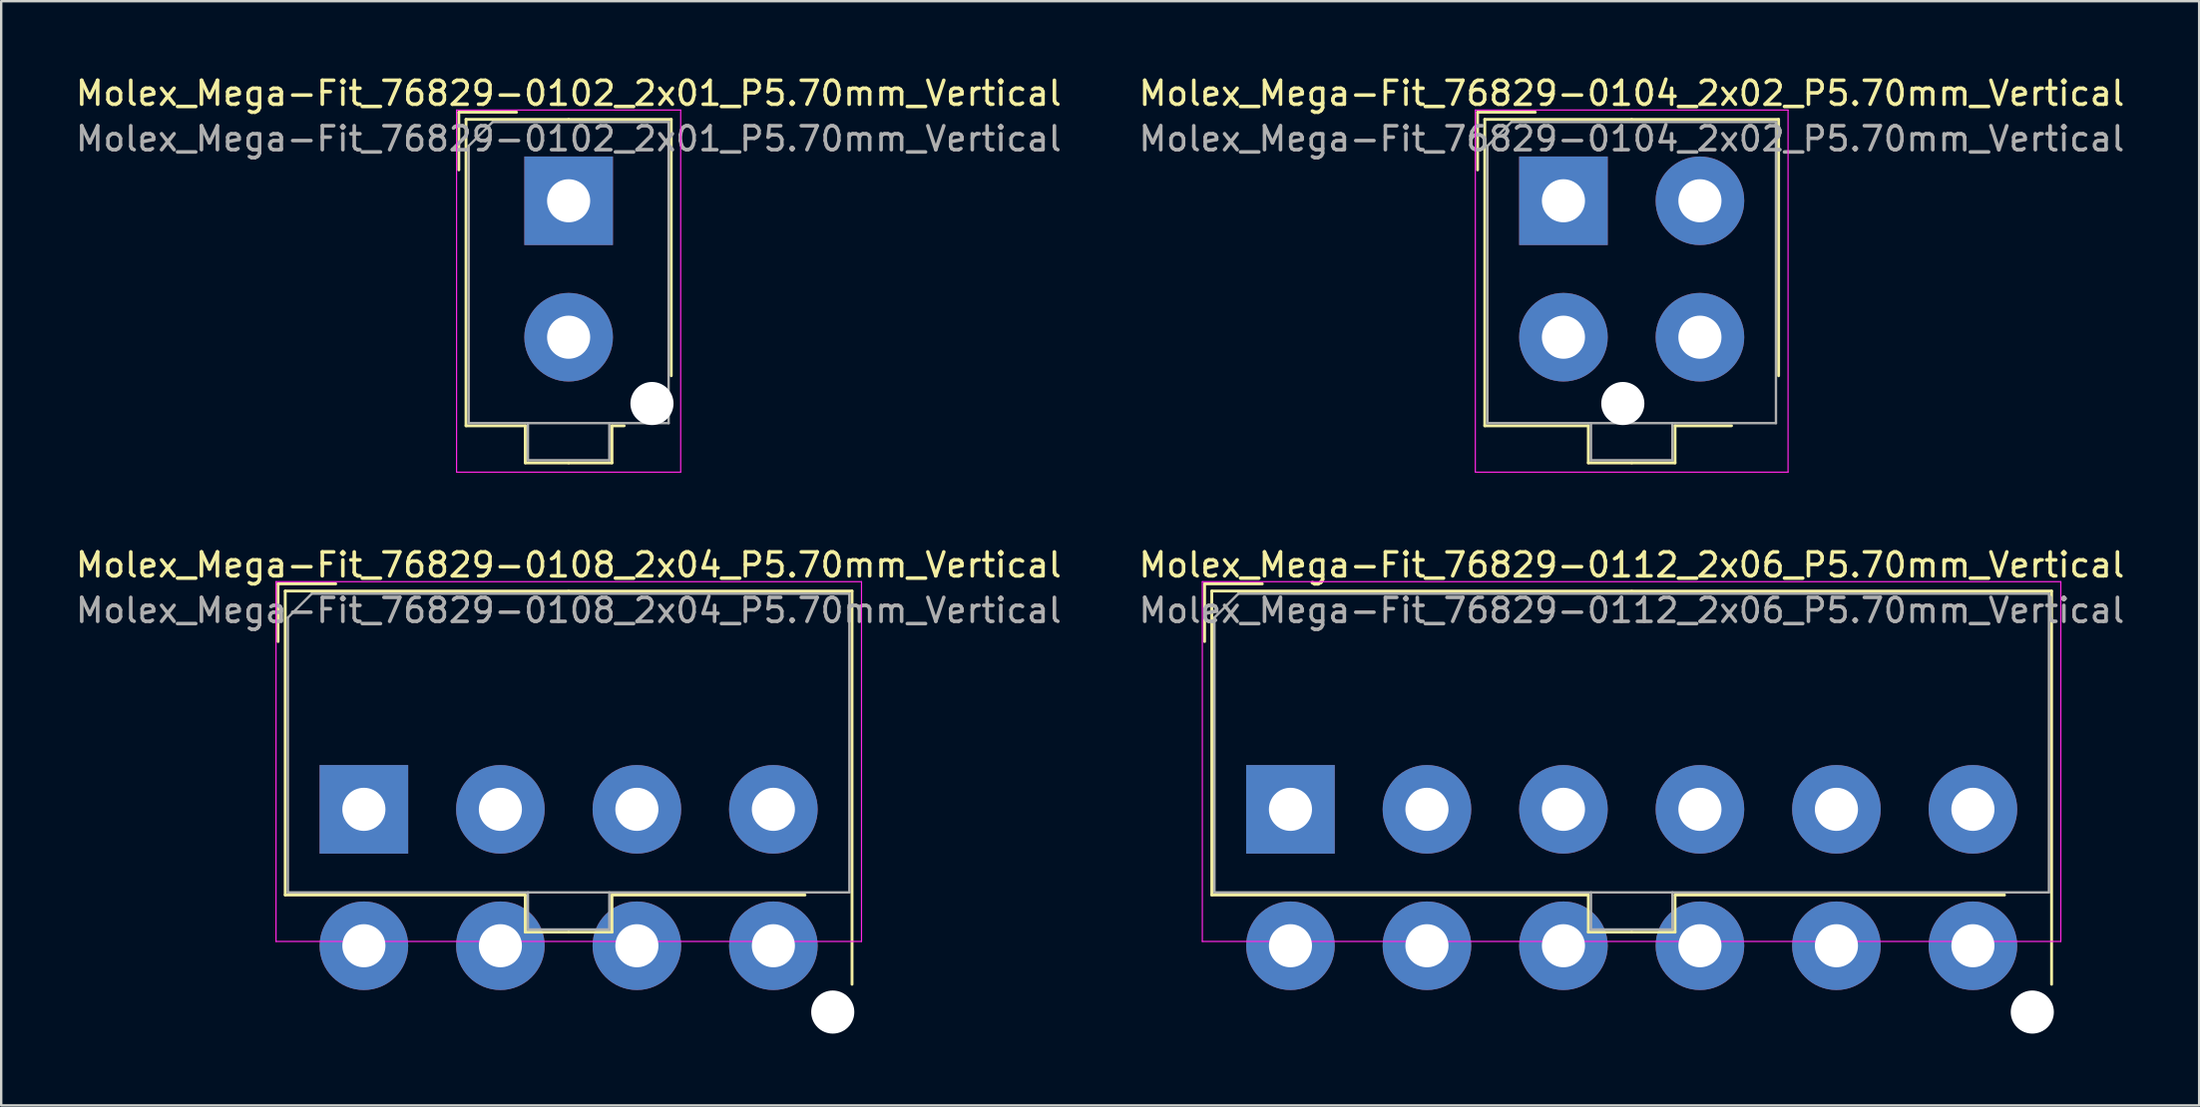
<source format=kicad_pcb>
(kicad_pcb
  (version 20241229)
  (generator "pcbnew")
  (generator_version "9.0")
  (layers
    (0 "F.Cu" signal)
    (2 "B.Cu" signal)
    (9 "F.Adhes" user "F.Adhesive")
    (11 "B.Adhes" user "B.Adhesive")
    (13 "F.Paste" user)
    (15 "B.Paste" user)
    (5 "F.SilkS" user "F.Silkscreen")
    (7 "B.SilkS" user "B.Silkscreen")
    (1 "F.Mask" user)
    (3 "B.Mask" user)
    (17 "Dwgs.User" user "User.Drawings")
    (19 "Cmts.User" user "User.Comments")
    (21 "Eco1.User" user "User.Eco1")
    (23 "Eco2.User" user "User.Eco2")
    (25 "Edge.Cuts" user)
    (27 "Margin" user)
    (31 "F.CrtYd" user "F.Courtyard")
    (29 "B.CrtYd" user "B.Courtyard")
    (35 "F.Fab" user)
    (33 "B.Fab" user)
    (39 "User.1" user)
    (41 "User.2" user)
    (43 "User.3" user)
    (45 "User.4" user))
  (footprint "Molex_Mega-Fit_76829-0102_2x01_P5.70mm_Vertical"
    (layer "F.Cu")
    (at 20.696 5.338)
    (property "Reference" "Molex_Mega-Fit_76829-0102_2x01_P5.70mm_Vertical" (at 0 -4.49 0) (layer "F.SilkS") (effects (font (size 1 1) (thickness 0.15))))
    (attr through_hole)
    (fp_line (start -4.585 -3.7) (end -2.175 -3.7) (stroke (width 0.12) (type solid)) (layer "F.SilkS"))
    (fp_line (start -4.585 -1.29) (end -4.585 -3.7) (stroke (width 0.12) (type solid)) (layer "F.SilkS"))
    (fp_line (start -4.285 -3.4) (end -4.285 9.4) (stroke (width 0.12) (type solid)) (layer "F.SilkS"))
    (fp_line (start -4.285 9.4) (end -1.81 9.4) (stroke (width 0.12) (type solid)) (layer "F.SilkS"))
    (fp_line (start -1.81 9.4) (end -1.81 10.95) (stroke (width 0.12) (type solid)) (layer "F.SilkS"))
    (fp_line (start -1.81 10.95) (end 0 10.95) (stroke (width 0.12) (type solid)) (layer "F.SilkS"))
    (fp_line (start 0 -3.4) (end -4.285 -3.4) (stroke (width 0.12) (type solid)) (layer "F.SilkS"))
    (fp_line (start 0 -3.4) (end 4.285 -3.4) (stroke (width 0.12) (type solid)) (layer "F.SilkS"))
    (fp_line (start 1.81 9.4) (end 1.81 10.95) (stroke (width 0.12) (type solid)) (layer "F.SilkS"))
    (fp_line (start 1.81 10.95) (end 0 10.95) (stroke (width 0.12) (type solid)) (layer "F.SilkS"))
    (fp_line (start 2.32 9.4) (end 1.81 9.4) (stroke (width 0.12) (type solid)) (layer "F.SilkS"))
    (fp_line (start 4.285 -3.4) (end 4.285 7.31) (stroke (width 0.12) (type solid)) (layer "F.SilkS"))
    (fp_line (start -4.68 -3.79) (end -4.68 11.34) (stroke (width 0.05) (type solid)) (layer "F.CrtYd"))
    (fp_line (start -4.68 11.34) (end 4.68 11.34) (stroke (width 0.05) (type solid)) (layer "F.CrtYd"))
    (fp_line (start 4.68 -3.79) (end -4.68 -3.79) (stroke (width 0.05) (type solid)) (layer "F.CrtYd"))
    (fp_line (start 4.68 11.34) (end 4.68 -3.79) (stroke (width 0.05) (type solid)) (layer "F.CrtYd"))
    (fp_line (start -4.175 -2.29) (end -4.175 9.29) (stroke (width 0.1) (type solid)) (layer "F.Fab"))
    (fp_line (start -4.175 9.29) (end 4.175 9.29) (stroke (width 0.1) (type solid)) (layer "F.Fab"))
    (fp_line (start -3.175 -3.29) (end -4.175 -2.29) (stroke (width 0.1) (type solid)) (layer "F.Fab"))
    (fp_line (start -1.7 9.29) (end -1.7 10.84) (stroke (width 0.1) (type solid)) (layer "F.Fab"))
    (fp_line (start -1.7 10.84) (end 1.7 10.84) (stroke (width 0.1) (type solid)) (layer "F.Fab"))
    (fp_line (start 1.7 10.84) (end 1.7 9.29) (stroke (width 0.1) (type solid)) (layer "F.Fab"))
    (fp_line (start 4.175 -3.29) (end -3.175 -3.29) (stroke (width 0.1) (type solid)) (layer "F.Fab"))
    (fp_line (start 4.175 9.29) (end 4.175 -3.29) (stroke (width 0.1) (type solid)) (layer "F.Fab"))
    (fp_text user "${REFERENCE}" (at 0 -2.59 0) (layer "F.Fab") (effects (font (size 1 1) (thickness 0.15))))
    (pad "" np_thru_hole circle (at 3.48 8.47) (size 1.8 1.8) (drill 1.8) (layers "*.Cu" "*.Mask"))
    (pad "1" thru_hole rect (at 0 0) (size 3.7 3.7) (drill 1.8) (layers "*.Cu" "*.Mask"))
    (pad "2" thru_hole circle (at 0 5.7) (size 3.7 3.7) (drill 1.8) (layers "*.Cu" "*.Mask")))
  (footprint "Molex_Mega-Fit_76829-0104_2x02_P5.70mm_Vertical"
    (layer "F.Cu")
    (at 62.239 5.338)
    (property "Reference" "Molex_Mega-Fit_76829-0104_2x02_P5.70mm_Vertical" (at 2.85 -4.49 0) (layer "F.SilkS") (effects (font (size 1 1) (thickness 0.15))))
    (attr through_hole)
    (fp_line (start -3.585 -3.7) (end -1.175 -3.7) (stroke (width 0.12) (type solid)) (layer "F.SilkS"))
    (fp_line (start -3.585 -1.29) (end -3.585 -3.7) (stroke (width 0.12) (type solid)) (layer "F.SilkS"))
    (fp_line (start -3.285 -3.4) (end -3.285 9.4) (stroke (width 0.12) (type solid)) (layer "F.SilkS"))
    (fp_line (start -3.285 9.4) (end 1.04 9.4) (stroke (width 0.12) (type solid)) (layer "F.SilkS"))
    (fp_line (start 1.04 9.4) (end 1.04 10.95) (stroke (width 0.12) (type solid)) (layer "F.SilkS"))
    (fp_line (start 1.04 10.95) (end 2.85 10.95) (stroke (width 0.12) (type solid)) (layer "F.SilkS"))
    (fp_line (start 2.85 -3.4) (end -3.285 -3.4) (stroke (width 0.12) (type solid)) (layer "F.SilkS"))
    (fp_line (start 2.85 -3.4) (end 8.985 -3.4) (stroke (width 0.12) (type solid)) (layer "F.SilkS"))
    (fp_line (start 4.66 9.4) (end 4.66 10.95) (stroke (width 0.12) (type solid)) (layer "F.SilkS"))
    (fp_line (start 4.66 10.95) (end 2.85 10.95) (stroke (width 0.12) (type solid)) (layer "F.SilkS"))
    (fp_line (start 7.02 9.4) (end 4.66 9.4) (stroke (width 0.12) (type solid)) (layer "F.SilkS"))
    (fp_line (start 8.985 -3.4) (end 8.985 7.31) (stroke (width 0.12) (type solid)) (layer "F.SilkS"))
    (fp_line (start -3.68 -3.79) (end -3.68 11.34) (stroke (width 0.05) (type solid)) (layer "F.CrtYd"))
    (fp_line (start -3.68 11.34) (end 9.38 11.34) (stroke (width 0.05) (type solid)) (layer "F.CrtYd"))
    (fp_line (start 9.38 -3.79) (end -3.68 -3.79) (stroke (width 0.05) (type solid)) (layer "F.CrtYd"))
    (fp_line (start 9.38 11.34) (end 9.38 -3.79) (stroke (width 0.05) (type solid)) (layer "F.CrtYd"))
    (fp_line (start -3.175 -2.29) (end -3.175 9.29) (stroke (width 0.1) (type solid)) (layer "F.Fab"))
    (fp_line (start -3.175 9.29) (end 8.875 9.29) (stroke (width 0.1) (type solid)) (layer "F.Fab"))
    (fp_line (start -2.175 -3.29) (end -3.175 -2.29) (stroke (width 0.1) (type solid)) (layer "F.Fab"))
    (fp_line (start 1.15 9.29) (end 1.15 10.84) (stroke (width 0.1) (type solid)) (layer "F.Fab"))
    (fp_line (start 1.15 10.84) (end 4.55 10.84) (stroke (width 0.1) (type solid)) (layer "F.Fab"))
    (fp_line (start 4.55 10.84) (end 4.55 9.29) (stroke (width 0.1) (type solid)) (layer "F.Fab"))
    (fp_line (start 8.875 -3.29) (end -2.175 -3.29) (stroke (width 0.1) (type solid)) (layer "F.Fab"))
    (fp_line (start 8.875 9.29) (end 8.875 -3.29) (stroke (width 0.1) (type solid)) (layer "F.Fab"))
    (fp_text user "${REFERENCE}" (at 2.85 -2.59 0) (layer "F.Fab") (effects (font (size 1 1) (thickness 0.15))))
    (pad "" np_thru_hole circle (at 2.48 8.47) (size 1.8 1.8) (drill 1.8) (layers "*.Cu" "*.Mask"))
    (pad "1" thru_hole rect (at 0 0) (size 3.7 3.7) (drill 1.8) (layers "*.Cu" "*.Mask"))
    (pad "2" thru_hole circle (at 5.7 0) (size 3.7 3.7) (drill 1.8) (layers "*.Cu" "*.Mask"))
    (pad "3" thru_hole circle (at 0 5.7) (size 3.7 3.7) (drill 1.8) (layers "*.Cu" "*.Mask"))
    (pad "4" thru_hole circle (at 5.7 5.7) (size 3.7 3.7) (drill 1.8) (layers "*.Cu" "*.Mask")))
  (footprint "Molex_Mega-Fit_76829-0112_2x06_P5.70mm_Vertical"
    (layer "F.Cu")
    (at 50.839 30.762)
    (property "Reference" "Molex_Mega-Fit_76829-0112_2x06_P5.70mm_Vertical" (at 14.25 -10.21 0) (layer "F.SilkS") (effects (font (size 1 1) (thickness 0.15))))
    (attr through_hole)
    (fp_line (start -3.585 -9.42) (end -1.175 -9.42) (stroke (width 0.12) (type solid)) (layer "F.SilkS"))
    (fp_line (start -3.585 -7.01) (end -3.585 -9.42) (stroke (width 0.12) (type solid)) (layer "F.SilkS"))
    (fp_line (start -3.285 -9.12) (end -3.285 3.58) (stroke (width 0.12) (type solid)) (layer "F.SilkS"))
    (fp_line (start -3.285 3.58) (end 12.44 3.58) (stroke (width 0.12) (type solid)) (layer "F.SilkS"))
    (fp_line (start 12.44 3.58) (end 12.44 5.13) (stroke (width 0.12) (type solid)) (layer "F.SilkS"))
    (fp_line (start 12.44 5.13) (end 14.25 5.13) (stroke (width 0.12) (type solid)) (layer "F.SilkS"))
    (fp_line (start 14.25 -9.12) (end -3.285 -9.12) (stroke (width 0.12) (type solid)) (layer "F.SilkS"))
    (fp_line (start 14.25 -9.12) (end 31.785 -9.12) (stroke (width 0.12) (type solid)) (layer "F.SilkS"))
    (fp_line (start 16.06 3.58) (end 16.06 5.13) (stroke (width 0.12) (type solid)) (layer "F.SilkS"))
    (fp_line (start 16.06 5.13) (end 14.25 5.13) (stroke (width 0.12) (type solid)) (layer "F.SilkS"))
    (fp_line (start 29.82 3.58) (end 16.06 3.58) (stroke (width 0.12) (type solid)) (layer "F.SilkS"))
    (fp_line (start 31.785 -9.12) (end 31.785 7.31) (stroke (width 0.12) (type solid)) (layer "F.SilkS"))
    (fp_line (start -3.68 -9.51) (end -3.68 5.52) (stroke (width 0.05) (type solid)) (layer "F.CrtYd"))
    (fp_line (start -3.68 5.52) (end 32.17 5.52) (stroke (width 0.05) (type solid)) (layer "F.CrtYd"))
    (fp_line (start 32.17 -9.51) (end -3.68 -9.51) (stroke (width 0.05) (type solid)) (layer "F.CrtYd"))
    (fp_line (start 32.17 5.52) (end 32.17 -9.51) (stroke (width 0.05) (type solid)) (layer "F.CrtYd"))
    (fp_line (start -3.175 -8.01) (end -3.175 3.47) (stroke (width 0.1) (type solid)) (layer "F.Fab"))
    (fp_line (start -3.175 3.47) (end 31.675 3.47) (stroke (width 0.1) (type solid)) (layer "F.Fab"))
    (fp_line (start -2.175 -9.01) (end -3.175 -8.01) (stroke (width 0.1) (type solid)) (layer "F.Fab"))
    (fp_line (start 12.55 3.47) (end 12.55 5.02) (stroke (width 0.1) (type solid)) (layer "F.Fab"))
    (fp_line (start 12.55 5.02) (end 15.95 5.02) (stroke (width 0.1) (type solid)) (layer "F.Fab"))
    (fp_line (start 15.95 5.02) (end 15.95 3.47) (stroke (width 0.1) (type solid)) (layer "F.Fab"))
    (fp_line (start 31.675 -9.01) (end -2.175 -9.01) (stroke (width 0.1) (type solid)) (layer "F.Fab"))
    (fp_line (start 31.675 3.47) (end 31.675 -9.01) (stroke (width 0.1) (type solid)) (layer "F.Fab"))
    (fp_text user "${REFERENCE}" (at 14.25 -8.31 0) (layer "F.Fab") (effects (font (size 1 1) (thickness 0.15))))
    (pad "" np_thru_hole circle (at 30.98 8.47) (size 1.8 1.8) (drill 1.8) (layers "*.Cu" "*.Mask"))
    (pad "1" thru_hole rect (at 0 0) (size 3.7 3.7) (drill 1.8) (layers "*.Cu" "*.Mask"))
    (pad "2" thru_hole circle (at 5.7 0) (size 3.7 3.7) (drill 1.8) (layers "*.Cu" "*.Mask"))
    (pad "3" thru_hole circle (at 11.4 0) (size 3.7 3.7) (drill 1.8) (layers "*.Cu" "*.Mask"))
    (pad "4" thru_hole circle (at 17.1 0) (size 3.7 3.7) (drill 1.8) (layers "*.Cu" "*.Mask"))
    (pad "5" thru_hole circle (at 22.8 0) (size 3.7 3.7) (drill 1.8) (layers "*.Cu" "*.Mask"))
    (pad "6" thru_hole circle (at 28.5 0) (size 3.7 3.7) (drill 1.8) (layers "*.Cu" "*.Mask"))
    (pad "7" thru_hole circle (at 0 5.7) (size 3.7 3.7) (drill 1.8) (layers "*.Cu" "*.Mask"))
    (pad "8" thru_hole circle (at 5.7 5.7) (size 3.7 3.7) (drill 1.8) (layers "*.Cu" "*.Mask"))
    (pad "9" thru_hole circle (at 11.4 5.7) (size 3.7 3.7) (drill 1.8) (layers "*.Cu" "*.Mask"))
    (pad "10" thru_hole circle (at 17.1 5.7) (size 3.7 3.7) (drill 1.8) (layers "*.Cu" "*.Mask"))
    (pad "11" thru_hole circle (at 22.8 5.7) (size 3.7 3.7) (drill 1.8) (layers "*.Cu" "*.Mask"))
    (pad "12" thru_hole circle (at 28.5 5.7) (size 3.7 3.7) (drill 1.8) (layers "*.Cu" "*.Mask")))
  (footprint "Molex_Mega-Fit_76829-0108_2x04_P5.70mm_Vertical"
    (layer "F.Cu")
    (at 12.146 30.762)
    (property "Reference" "Molex_Mega-Fit_76829-0108_2x04_P5.70mm_Vertical" (at 8.55 -10.21 0) (layer "F.SilkS") (effects (font (size 1 1) (thickness 0.15))))
    (attr through_hole)
    (fp_line (start -3.585 -9.42) (end -1.175 -9.42) (stroke (width 0.12) (type solid)) (layer "F.SilkS"))
    (fp_line (start -3.585 -7.01) (end -3.585 -9.42) (stroke (width 0.12) (type solid)) (layer "F.SilkS"))
    (fp_line (start -3.285 -9.12) (end -3.285 3.58) (stroke (width 0.12) (type solid)) (layer "F.SilkS"))
    (fp_line (start -3.285 3.58) (end 6.74 3.58) (stroke (width 0.12) (type solid)) (layer "F.SilkS"))
    (fp_line (start 6.74 3.58) (end 6.74 5.13) (stroke (width 0.12) (type solid)) (layer "F.SilkS"))
    (fp_line (start 6.74 5.13) (end 8.55 5.13) (stroke (width 0.12) (type solid)) (layer "F.SilkS"))
    (fp_line (start 8.55 -9.12) (end -3.285 -9.12) (stroke (width 0.12) (type solid)) (layer "F.SilkS"))
    (fp_line (start 8.55 -9.12) (end 20.385 -9.12) (stroke (width 0.12) (type solid)) (layer "F.SilkS"))
    (fp_line (start 10.36 3.58) (end 10.36 5.13) (stroke (width 0.12) (type solid)) (layer "F.SilkS"))
    (fp_line (start 10.36 5.13) (end 8.55 5.13) (stroke (width 0.12) (type solid)) (layer "F.SilkS"))
    (fp_line (start 18.42 3.58) (end 10.36 3.58) (stroke (width 0.12) (type solid)) (layer "F.SilkS"))
    (fp_line (start 20.385 -9.12) (end 20.385 7.31) (stroke (width 0.12) (type solid)) (layer "F.SilkS"))
    (fp_line (start -3.67 -9.51) (end -3.67 5.52) (stroke (width 0.05) (type solid)) (layer "F.CrtYd"))
    (fp_line (start -3.67 5.52) (end 20.78 5.52) (stroke (width 0.05) (type solid)) (layer "F.CrtYd"))
    (fp_line (start 20.78 -9.51) (end -3.67 -9.51) (stroke (width 0.05) (type solid)) (layer "F.CrtYd"))
    (fp_line (start 20.78 5.52) (end 20.78 -9.51) (stroke (width 0.05) (type solid)) (layer "F.CrtYd"))
    (fp_line (start -3.175 -8.01) (end -3.175 3.47) (stroke (width 0.1) (type solid)) (layer "F.Fab"))
    (fp_line (start -3.175 3.47) (end 20.275 3.47) (stroke (width 0.1) (type solid)) (layer "F.Fab"))
    (fp_line (start -2.175 -9.01) (end -3.175 -8.01) (stroke (width 0.1) (type solid)) (layer "F.Fab"))
    (fp_line (start 6.85 3.47) (end 6.85 5.02) (stroke (width 0.1) (type solid)) (layer "F.Fab"))
    (fp_line (start 6.85 5.02) (end 10.25 5.02) (stroke (width 0.1) (type solid)) (layer "F.Fab"))
    (fp_line (start 10.25 5.02) (end 10.25 3.47) (stroke (width 0.1) (type solid)) (layer "F.Fab"))
    (fp_line (start 20.275 -9.01) (end -2.175 -9.01) (stroke (width 0.1) (type solid)) (layer "F.Fab"))
    (fp_line (start 20.275 3.47) (end 20.275 -9.01) (stroke (width 0.1) (type solid)) (layer "F.Fab"))
    (fp_text user "${REFERENCE}" (at 8.55 -8.31 0) (layer "F.Fab") (effects (font (size 1 1) (thickness 0.15))))
    (pad "" np_thru_hole circle (at 19.58 8.47) (size 1.8 1.8) (drill 1.8) (layers "*.Cu" "*.Mask"))
    (pad "1" thru_hole rect (at 0 0) (size 3.7 3.7) (drill 1.8) (layers "*.Cu" "*.Mask"))
    (pad "2" thru_hole circle (at 5.7 0) (size 3.7 3.7) (drill 1.8) (layers "*.Cu" "*.Mask"))
    (pad "3" thru_hole circle (at 11.4 0) (size 3.7 3.7) (drill 1.8) (layers "*.Cu" "*.Mask"))
    (pad "4" thru_hole circle (at 17.1 0) (size 3.7 3.7) (drill 1.8) (layers "*.Cu" "*.Mask"))
    (pad "5" thru_hole circle (at 0 5.7) (size 3.7 3.7) (drill 1.8) (layers "*.Cu" "*.Mask"))
    (pad "6" thru_hole circle (at 5.7 5.7) (size 3.7 3.7) (drill 1.8) (layers "*.Cu" "*.Mask"))
    (pad "7" thru_hole circle (at 11.4 5.7) (size 3.7 3.7) (drill 1.8) (layers "*.Cu" "*.Mask"))
    (pad "8" thru_hole circle (at 17.1 5.7) (size 3.7 3.7) (drill 1.8) (layers "*.Cu" "*.Mask")))
  (gr_rect
    (start -3 -3)
    (end 88.786 43.132)
    (stroke (width 0.1) (type default))
    (fill no)
    (layer "Edge.Cuts")))
</source>
